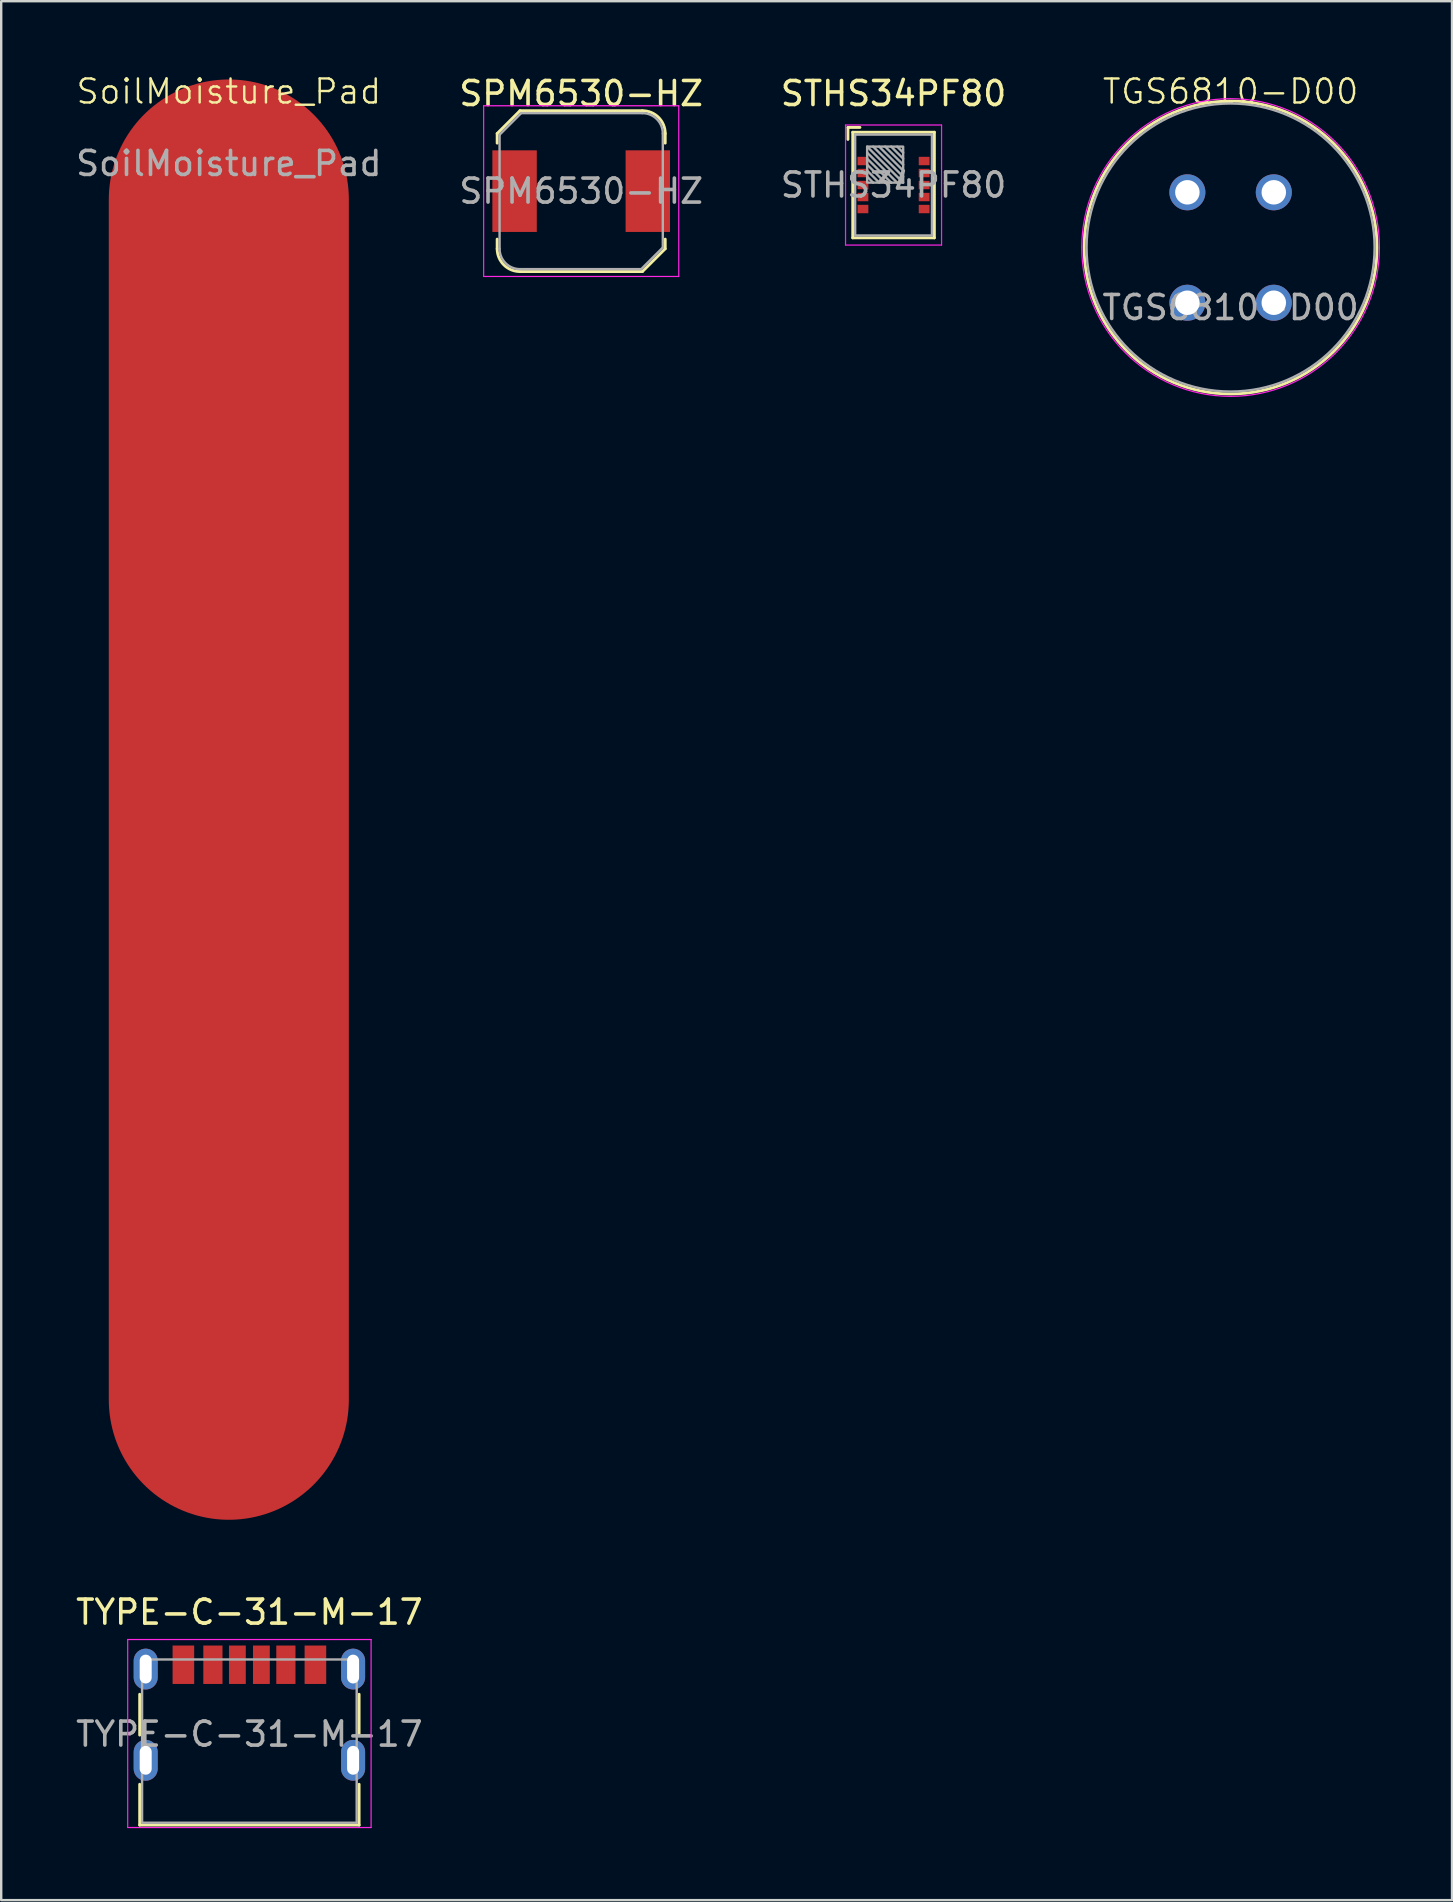
<source format=kicad_pcb>
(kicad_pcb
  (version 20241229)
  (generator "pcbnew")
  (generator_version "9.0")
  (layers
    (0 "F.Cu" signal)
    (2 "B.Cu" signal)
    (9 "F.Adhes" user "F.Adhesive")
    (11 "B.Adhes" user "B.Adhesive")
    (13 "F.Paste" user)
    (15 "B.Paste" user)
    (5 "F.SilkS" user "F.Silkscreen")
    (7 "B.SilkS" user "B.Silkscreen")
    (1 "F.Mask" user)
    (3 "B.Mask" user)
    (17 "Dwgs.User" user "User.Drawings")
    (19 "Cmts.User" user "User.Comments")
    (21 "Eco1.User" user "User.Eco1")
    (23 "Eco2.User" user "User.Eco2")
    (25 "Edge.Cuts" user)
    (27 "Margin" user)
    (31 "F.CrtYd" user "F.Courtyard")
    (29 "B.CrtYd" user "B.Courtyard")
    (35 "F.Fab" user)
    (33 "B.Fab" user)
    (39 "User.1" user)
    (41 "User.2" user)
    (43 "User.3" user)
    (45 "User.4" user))
  (footprint "STHS34PF80"
    (layer "F.Cu")
    (at 34.173 4.658)
    (property "Reference" "STHS34PF80" (at 0 -3.81 180) (layer "F.SilkS") (effects (font (size 1 1) (thickness 0.15))))
    (attr smd)
    (fp_line (start -1.9 -2.4) (end -1.4 -2.4) (stroke (width 0.12) (type solid)) (layer "F.SilkS"))
    (fp_line (start -1.9 -1.9) (end -1.9 -2.4) (stroke (width 0.12) (type solid)) (layer "F.SilkS"))
    (fp_line (start -1.7 -2.2) (end 1.7 -2.2) (stroke (width 0.12) (type solid)) (layer "F.SilkS"))
    (fp_line (start -1.7 2.2) (end -1.7 -2.2) (stroke (width 0.12) (type solid)) (layer "F.SilkS"))
    (fp_line (start -1.7 2.2) (end 1.7 2.2) (stroke (width 0.12) (type solid)) (layer "F.SilkS"))
    (fp_line (start 1.7 -2.2) (end 1.7 2.2) (stroke (width 0.12) (type solid)) (layer "F.SilkS"))
    (fp_line (start -2 -2.5) (end -2 2.5) (stroke (width 0.05) (type solid)) (layer "F.CrtYd"))
    (fp_line (start -2 2.5) (end 2 2.5) (stroke (width 0.05) (type solid)) (layer "F.CrtYd"))
    (fp_line (start 2 -2.5) (end -2 -2.5) (stroke (width 0.05) (type solid)) (layer "F.CrtYd"))
    (fp_line (start 2 2.5) (end 2 -2.5) (stroke (width 0.05) (type solid)) (layer "F.CrtYd"))
    (fp_line (start -1.6 -2.1) (end 1.6 -2.1) (stroke (width 0.1) (type solid)) (layer "F.Fab"))
    (fp_line (start -1.6 2.1) (end -1.6 -2.1) (stroke (width 0.1) (type solid)) (layer "F.Fab"))
    (fp_line (start -1.1 -1.35) (end 0.15 -0.1) (stroke (width 0.1) (type default)) (layer "F.Fab"))
    (fp_line (start -1.1 -0.85) (end -0.35 -0.1) (stroke (width 0.1) (type default)) (layer "F.Fab"))
    (fp_line (start -1.1 -0.6) (end -0.6 -0.1) (stroke (width 0.1) (type default)) (layer "F.Fab"))
    (fp_line (start -1.1 -0.35) (end -0.85 -0.1) (stroke (width 0.1) (type default)) (layer "F.Fab"))
    (fp_line (start -0.6 -1.6) (end 0.4 -0.6) (stroke (width 0.1) (type default)) (layer "F.Fab"))
    (fp_line (start -0.3 -0.1) (end -0.1 -0.1) (stroke (width 0.1) (type default)) (layer "F.Fab"))
    (fp_line (start -0.1 -0.1) (end -1.1 -1.1) (stroke (width 0.1) (type default)) (layer "F.Fab"))
    (fp_line (start 0.4 -1.35) (end 0.15 -1.6) (stroke (width 0.1) (type default)) (layer "F.Fab"))
    (fp_line (start 0.4 -1.1) (end -0.1 -1.6) (stroke (width 0.1) (type default)) (layer "F.Fab"))
    (fp_line (start 0.4 -0.85) (end -0.35 -1.6) (stroke (width 0.1) (type default)) (layer "F.Fab"))
    (fp_line (start 0.4 -0.35) (end -0.85 -1.6) (stroke (width 0.1) (type default)) (layer "F.Fab"))
    (fp_line (start 0.4 -0.1) (end -1.1 -1.6) (stroke (width 0.1) (type default)) (layer "F.Fab"))
    (fp_line (start 1.6 -2.1) (end 1.6 2.1) (stroke (width 0.1) (type solid)) (layer "F.Fab"))
    (fp_line (start 1.6 2.1) (end -1.6 2.1) (stroke (width 0.1) (type solid)) (layer "F.Fab"))
    (fp_rect (start 0.4 -0.1) (end -1.1 -1.6) (stroke (width 0.1) (type default)) (fill no) (layer "F.Fab"))
    (fp_text user "${REFERENCE}" (at 0 0 0) (unlocked yes) (layer "F.Fab") (effects (font (size 1 1) (thickness 0.15))))
    (pad "1" smd rect (at -1.275 -1) (size 0.45 0.35) (layers "F.Cu" "F.Mask" "F.Paste"))
    (pad "2" smd rect (at -1.275 -0.5) (size 0.45 0.35) (layers "F.Cu" "F.Mask" "F.Paste"))
    (pad "3" smd rect (at -1.275 0) (size 0.45 0.35) (layers "F.Cu" "F.Mask" "F.Paste"))
    (pad "4" smd rect (at -1.275 0.5) (size 0.45 0.35) (layers "F.Cu" "F.Mask" "F.Paste"))
    (pad "5" smd rect (at -1.275 1) (size 0.45 0.35) (layers "F.Cu" "F.Mask" "F.Paste"))
    (pad "6" smd rect (at 1.275 1) (size 0.45 0.35) (layers "F.Cu" "F.Mask" "F.Paste"))
    (pad "7" smd rect (at 1.275 0.5) (size 0.45 0.35) (layers "F.Cu" "F.Mask" "F.Paste"))
    (pad "8" smd rect (at 1.275 0) (size 0.45 0.35) (layers "F.Cu" "F.Mask" "F.Paste"))
    (pad "9" smd rect (at 1.275 -0.5) (size 0.45 0.35) (layers "F.Cu" "F.Mask" "F.Paste"))
    (pad "10" smd rect (at 1.275 -1) (size 0.45 0.35) (layers "F.Cu" "F.Mask" "F.Paste")))
  (footprint "TYPE-C-31-M-17"
    (layer "F.Cu")
    (at 7.339 69.189)
    (property "Reference" "TYPE-C-31-M-17" (at 0 -5.08 0) (unlocked yes) (layer "F.SilkS") (effects (font (size 1 1) (thickness 0.15))))
    (attr through_hole)
    (fp_line (start -4.57 0.04) (end -4.57 -1.66) (stroke (width 0.12) (type solid)) (layer "F.SilkS"))
    (fp_line (start -4.57 3.79) (end -4.57 2.09) (stroke (width 0.12) (type solid)) (layer "F.SilkS"))
    (fp_line (start 4.57 -1.66) (end 4.57 0.04) (stroke (width 0.12) (type solid)) (layer "F.SilkS"))
    (fp_line (start 4.57 2.09) (end 4.57 3.79) (stroke (width 0.12) (type solid)) (layer "F.SilkS"))
    (fp_line (start 4.57 3.79) (end -4.57 3.79) (stroke (width 0.12) (type solid)) (layer "F.SilkS"))
    (fp_line (start -5.07 -3.94) (end 5.07 -3.94) (stroke (width 0.05) (type solid)) (layer "F.CrtYd"))
    (fp_line (start -5.07 3.89) (end -5.07 -3.94) (stroke (width 0.05) (type solid)) (layer "F.CrtYd"))
    (fp_line (start 5.07 -3.94) (end 5.07 3.89) (stroke (width 0.05) (type solid)) (layer "F.CrtYd"))
    (fp_line (start 5.07 3.89) (end -5.07 3.89) (stroke (width 0.05) (type solid)) (layer "F.CrtYd"))
    (fp_line (start -4.47 -3.11) (end 4.47 -3.11) (stroke (width 0.1) (type solid)) (layer "F.Fab"))
    (fp_line (start -4.47 3.69) (end -4.47 -3.11) (stroke (width 0.1) (type solid)) (layer "F.Fab"))
    (fp_line (start -4.47 3.69) (end 4.47 3.69) (stroke (width 0.1) (type solid)) (layer "F.Fab"))
    (fp_line (start 4.47 3.69) (end 4.47 -3.11) (stroke (width 0.1) (type solid)) (layer "F.Fab"))
    (fp_text user "${REFERENCE}" (at 0 0 0) (unlocked yes) (layer "F.Fab") (effects (font (size 1 1) (thickness 0.15))))
    (pad "A5" smd rect (at -0.5 -2.89) (size 0.7 1.6) (layers "F.Cu" "F.Mask" "F.Paste"))
    (pad "A9" smd rect (at 1.52 -2.89) (size 0.8 1.6) (layers "F.Cu" "F.Mask" "F.Paste"))
    (pad "A12" smd rect (at 2.75 -2.89) (size 0.9 1.6) (layers "F.Cu" "F.Mask" "F.Paste"))
    (pad "B5" smd rect (at 0.5 -2.89) (size 0.7 1.6) (layers "F.Cu" "F.Mask" "F.Paste"))
    (pad "B9" smd rect (at -1.52 -2.89) (size 0.8 1.6) (layers "F.Cu" "F.Mask" "F.Paste"))
    (pad "B12" smd rect (at -2.75 -2.89) (size 0.9 1.6) (layers "F.Cu" "F.Mask" "F.Paste"))
    (pad "S1" thru_hole oval (at -4.32 -2.71) (size 1 1.7) (drill oval 0.5 1.2) (layers "*.Cu" "*.Mask"))
    (pad "S1" thru_hole oval (at -4.32 1.09) (size 1 1.7) (drill oval 0.5 1.2) (layers "*.Cu" "*.Mask"))
    (pad "S1" thru_hole oval (at 4.32 -2.71) (size 1 1.7) (drill oval 0.5 1.2) (layers "*.Cu" "*.Mask"))
    (pad "S1" thru_hole oval (at 4.32 1.09) (size 1 1.7) (drill oval 0.5 1.2) (layers "*.Cu" "*.Mask")))
  (footprint "TGS6810-D00"
    (layer "F.Cu")
    (at 48.213 7.261)
    (property "Reference" "TGS6810-D00" (at 0 -6.5 0) (unlocked yes) (layer "F.SilkS") (effects (font (size 1 1) (thickness 0.1))))
    (attr through_hole)
    (fp_circle (center 0 0) (end 6.1 0) (stroke (width 0.12) (type default)) (fill no) (layer "F.SilkS"))
    (fp_circle (center 0 0) (end 6.2 0) (stroke (width 0.05) (type default)) (fill no) (layer "F.CrtYd"))
    (fp_circle (center 0 0) (end 6 0) (stroke (width 0.1) (type default)) (fill no) (layer "F.Fab"))
    (fp_text user "${REFERENCE}" (at 0 2.5 0) (unlocked yes) (layer "F.Fab") (effects (font (size 1 1) (thickness 0.15))))
    (pad "1" thru_hole circle (at -1.8 -2.3) (size 1.5 1.5) (drill 1.02) (layers "*.Cu" "*.Mask"))
    (pad "2" thru_hole circle (at -1.8 2.3) (size 1.5 1.5) (drill 1.02) (layers "*.Cu" "*.Mask"))
    (pad "3" thru_hole circle (at 1.8 2.3) (size 1.5 1.5) (drill 1.02) (layers "*.Cu" "*.Mask"))
    (pad "4" thru_hole circle (at 1.8 -2.3) (size 1.5 1.5) (drill 1.02) (layers "*.Cu" "*.Mask")))
  (footprint "SoilMoisture_Pad"
    (layer "F.Cu")
    (at 6.482 1.26)
    (property "Reference" "SoilMoisture_Pad" (at 0 -0.5 0) (unlocked yes) (layer "F.SilkS") (effects (font (size 1 1) (thickness 0.1))))
    (attr smd)
    (fp_text user "${REFERENCE}" (at 0 2.5 0) (unlocked yes) (layer "F.Fab") (effects (font (size 1 1) (thickness 0.15))))
    (pad "1" smd oval (at 0 0) (size 10 60) (drill (offset 0 29)) (layers "F.Cu")))
  (footprint "SPM6530-HZ"
    (layer "F.Cu")
    (at 21.161 4.912)
    (property "Reference" "SPM6530-HZ" (at 0 -4.064 0) (layer "F.SilkS") (effects (font (size 1 1) (thickness 0.15))))
    (attr smd)
    (fp_line (start -3.5 -2) (end -3.5 -2.4) (stroke (width 0.12) (type solid)) (layer "F.SilkS"))
    (fp_line (start -3.5 2.4) (end -3.5 2) (stroke (width 0.12) (type solid)) (layer "F.SilkS"))
    (fp_line (start -2.55 -3.35) (end -3.5 -2.4) (stroke (width 0.12) (type solid)) (layer "F.SilkS"))
    (fp_line (start -2.55 3.35) (end 2.55 3.35) (stroke (width 0.12) (type solid)) (layer "F.SilkS"))
    (fp_line (start 2.55 -3.35) (end -2.55 -3.35) (stroke (width 0.12) (type solid)) (layer "F.SilkS"))
    (fp_line (start 3.5 -2) (end 3.5 -2.4) (stroke (width 0.12) (type solid)) (layer "F.SilkS"))
    (fp_line (start 3.5 2.4) (end 2.55 3.35) (stroke (width 0.12) (type solid)) (layer "F.SilkS"))
    (fp_line (start 3.5 2.4) (end 3.5 2) (stroke (width 0.12) (type solid)) (layer "F.SilkS"))
    (fp_arc (start -2.55 3.35) (mid -3.221751 3.071751) (end -3.5 2.4) (stroke (width 0.12) (type solid)) (layer "F.SilkS"))
    (fp_arc (start 2.55 -3.35) (mid 3.221751 -3.071751) (end 3.5 -2.4) (stroke (width 0.12) (type solid)) (layer "F.SilkS"))
    (fp_line (start -4.064 -3.556) (end -4.064 3.556) (stroke (width 0.05) (type solid)) (layer "F.CrtYd"))
    (fp_line (start -4.064 -3.556) (end 4.064 -3.556) (stroke (width 0.05) (type solid)) (layer "F.CrtYd"))
    (fp_line (start -4.064 3.556) (end 4.064 3.556) (stroke (width 0.05) (type solid)) (layer "F.CrtYd"))
    (fp_line (start 4.064 -3.556) (end 4.064 3.556) (stroke (width 0.05) (type solid)) (layer "F.CrtYd"))
    (fp_line (start -3.4 -2.35) (end -3.4 2.4) (stroke (width 0.1) (type solid)) (layer "F.Fab"))
    (fp_line (start -2.5 -3.25) (end -3.4 -2.35) (stroke (width 0.1) (type solid)) (layer "F.Fab"))
    (fp_line (start -2.5 -3.25) (end 2.55 -3.25) (stroke (width 0.1) (type solid)) (layer "F.Fab"))
    (fp_line (start 2.5 3.25) (end -2.55 3.25) (stroke (width 0.1) (type solid)) (layer "F.Fab"))
    (fp_line (start 2.5 3.25) (end 3.4 2.35) (stroke (width 0.1) (type solid)) (layer "F.Fab"))
    (fp_line (start 3.4 -2.4) (end 3.4 2.35) (stroke (width 0.1) (type solid)) (layer "F.Fab"))
    (fp_arc (start -2.55 3.25) (mid -3.151041 3.001041) (end -3.4 2.4) (stroke (width 0.1) (type solid)) (layer "F.Fab"))
    (fp_arc (start 2.55 -3.25) (mid 3.151041 -3.001041) (end 3.4 -2.4) (stroke (width 0.1) (type solid)) (layer "F.Fab"))
    (fp_text user "${REFERENCE}" (at 0 0 0) (layer "F.Fab") (effects (font (size 1 1) (thickness 0.15))))
    (pad "1" smd rect (at -2.775 0) (size 1.85 3.4) (layers "F.Cu" "F.Mask" "F.Paste"))
    (pad "2" smd rect (at 2.775 0) (size 1.85 3.4) (layers "F.Cu" "F.Mask" "F.Paste")))
  (gr_rect
    (start -3 -3)
    (end 57.438 76.104)
    (stroke (width 0.1) (type default))
    (fill no)
    (layer "Edge.Cuts")))
</source>
